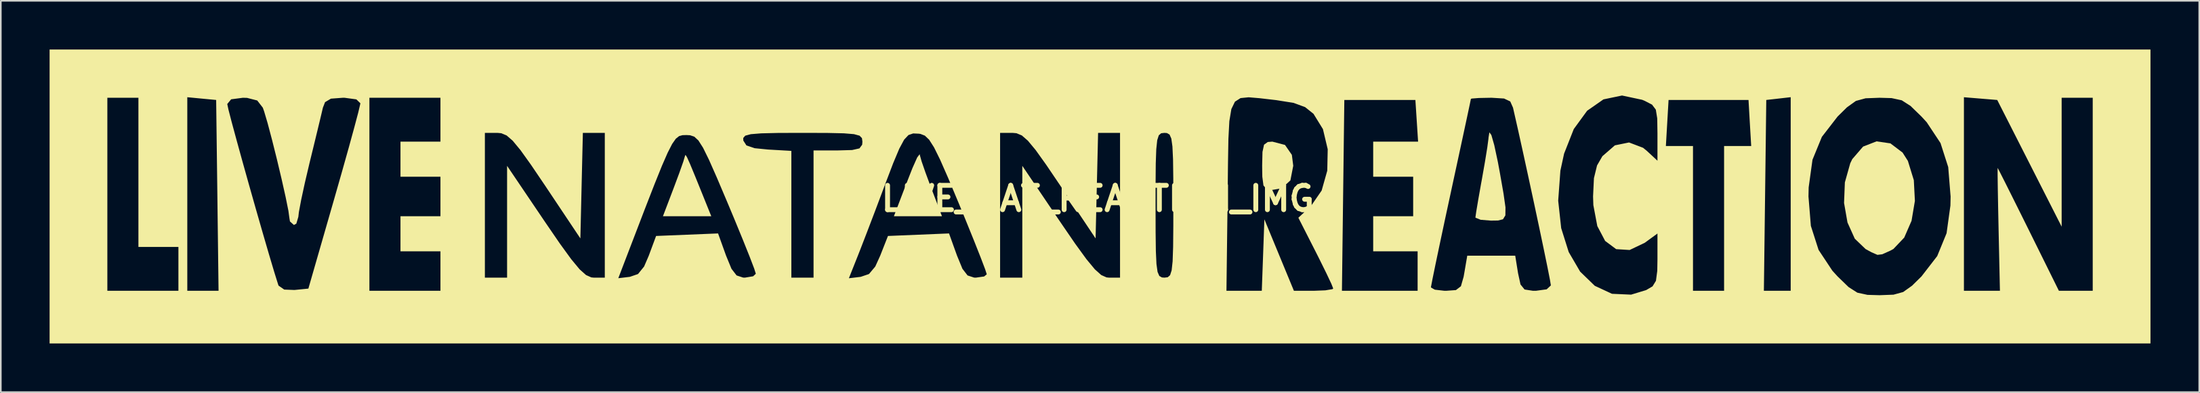
<source format=kicad_pcb>
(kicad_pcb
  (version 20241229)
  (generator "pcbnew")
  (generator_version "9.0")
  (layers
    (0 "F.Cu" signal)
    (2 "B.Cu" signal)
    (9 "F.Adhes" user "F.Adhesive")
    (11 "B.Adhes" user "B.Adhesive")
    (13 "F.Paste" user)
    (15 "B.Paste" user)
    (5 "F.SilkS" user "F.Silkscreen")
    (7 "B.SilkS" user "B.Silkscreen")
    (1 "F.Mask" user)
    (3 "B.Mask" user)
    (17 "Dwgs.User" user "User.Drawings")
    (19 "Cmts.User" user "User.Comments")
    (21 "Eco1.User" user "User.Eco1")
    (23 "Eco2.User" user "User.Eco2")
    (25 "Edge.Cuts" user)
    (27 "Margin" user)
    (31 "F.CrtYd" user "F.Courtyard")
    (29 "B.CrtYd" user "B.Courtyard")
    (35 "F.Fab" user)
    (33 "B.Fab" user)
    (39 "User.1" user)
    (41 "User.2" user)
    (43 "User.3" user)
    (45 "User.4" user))
  (footprint "LIVE_NAT_REACTION_IMG"
    (layer "F.Cu")
    (at 64.456 9.187)
    (property "Reference" "LIVE_NAT_REACTION_IMG" (at 0 0 0) (layer "F.SilkS") (effects (font (size 1.5 1.5) (thickness 0.3))))
    (attr board_only exclude_from_pos_files exclude_from_bom)
    (fp_poly (pts (xy -10.925 -2.618) (xy -10.835 -2.296) (xy -10.599 -1.614) (xy -10.268 -0.718) (xy -10.254 -0.682) (xy -9.584 1.081) (xy -11.061 1.081) (xy -12.539 1.081) (xy -11.845 -0.743) (xy -11.4 -1.88) (xy -11.108 -2.535) (xy -10.957 -2.739)) (stroke (width 0) (type solid)) (fill yes) (layer "F.SilkS"))
    (fp_poly (pts (xy -25.26 -2.551) (xy -25.07 -2.127) (xy -24.747 -1.345) (xy -24.34 -0.338) (xy -23.769 1.081) (xy -25.255 1.081) (xy -26.741 1.081) (xy -26.071 -0.682) (xy -25.734 -1.587) (xy -25.487 -2.288) (xy -25.383 -2.637) (xy -25.383 -2.641) (xy -25.352 -2.696)) (stroke (width 0) (type solid)) (fill yes) (layer "F.SilkS"))
    (fp_poly (pts (xy 11.51 -3.31) (xy 11.932 -2.699) (xy 12.017 -2.027) (xy 11.842 -1.127) (xy 11.314 -0.639) (xy 10.734 -0.54) (xy 10.373 -0.587) (xy 10.185 -0.815) (xy 10.115 -1.355) (xy 10.105 -2.027) (xy 10.125 -2.88) (xy 10.221 -3.324) (xy 10.45 -3.491) (xy 10.734 -3.513)) (stroke (width 0) (type solid)) (fill yes) (layer "F.SilkS"))
    (fp_poly (pts (xy 48.738 -3.406) (xy 49.486 -2.839) (xy 49.812 -2.326) (xy 50.177 -1.14) (xy 50.243 0.137) (xy 50.037 1.363) (xy 49.587 2.398) (xy 48.921 3.099) (xy 48.726 3.205) (xy 48.237 3.424) (xy 47.941 3.461) (xy 47.571 3.299) (xy 47.21 3.103) (xy 46.546 2.464) (xy 46.098 1.468) (xy 45.887 0.263) (xy 45.937 -1.003) (xy 46.268 -2.181) (xy 46.392 -2.436) (xy 47.057 -3.208) (xy 47.884 -3.53)) (stroke (width 0) (type solid)) (fill yes) (layer "F.SilkS"))
    (fp_poly (pts (xy 24.2 -3.919) (xy 24.378 -3.297) (xy 24.599 -2.262) (xy 24.723 -1.593) (xy 24.948 -0.309) (xy 25.067 0.534) (xy 25.061 1.029) (xy 24.914 1.269) (xy 24.609 1.345) (xy 24.171 1.351) (xy 23.541 1.3) (xy 23.228 1.175) (xy 23.22 1.148) (xy 23.269 0.804) (xy 23.392 0.069) (xy 23.566 -0.916) (xy 23.621 -1.216) (xy 23.807 -2.275) (xy 23.949 -3.154) (xy 24.021 -3.696) (xy 24.025 -3.76) (xy 24.078 -4.087)) (stroke (width 0) (type solid)) (fill yes) (layer "F.SilkS"))
    (fp_poly (pts (xy 64.729 -0.135) (xy 64.729 8.917) (xy 0.137 8.917) (xy -64.456 8.917) (xy -64.456 -0.135) (xy -64.456 -0.27) (xy -60.905 -0.27) (xy -60.905 5.674) (xy -58.72 5.674) (xy -56.535 5.674) (xy -56.535 4.323) (xy -56.535 2.972) (xy -57.765 2.972) (xy -58.994 2.972) (xy -58.994 -0.287) (xy -55.989 -0.287) (xy -55.989 5.674) (xy -55.028 5.674) (xy -54.067 5.674) (xy -54.14 -0.203) (xy -54.211 -5.827) (xy -53.531 -5.827) (xy -53.46 -5.493) (xy -53.264 -4.735) (xy -52.97 -3.647) (xy -52.606 -2.325) (xy -52.197 -0.863) (xy -51.77 0.645) (xy -51.352 2.102) (xy -50.97 3.415) (xy -50.651 4.488) (xy -50.421 5.227) (xy -50.379 5.354) (xy -50.027 5.599) (xy -49.401 5.624) (xy -48.544 5.539) (xy -46.951 0) (xy -46.874 -0.27) (xy -44.791 -0.27) (xy -44.791 5.674) (xy -42.606 5.674) (xy -40.422 5.674) (xy 7.91 5.674) (xy 8.997 5.674) (xy 10.083 5.674) (xy 10.163 3.473) (xy 10.242 1.271) (xy 11.15 3.473) (xy 12.058 5.674) (xy 13.267 5.674) (xy 15.011 5.674) (xy 17.338 5.674) (xy 19.665 5.674) (xy 19.665 5.469) (xy 20.484 5.469) (xy 20.724 5.606) (xy 21.312 5.673) (xy 21.416 5.674) (xy 22.02 5.63) (xy 22.327 5.394) (xy 22.493 4.813) (xy 22.532 4.594) (xy 22.717 3.513) (xy 24.192 3.513) (xy 25.667 3.513) (xy 25.841 4.594) (xy 25.992 5.286) (xy 26.243 5.595) (xy 26.753 5.673) (xy 26.937 5.674) (xy 27.6 5.584) (xy 27.858 5.344) (xy 27.858 5.337) (xy 27.803 5.001) (xy 27.652 4.231) (xy 27.424 3.121) (xy 27.14 1.764) (xy 26.819 0.254) (xy 26.791 0.124) (xy 28.309 0.124) (xy 28.493 1.814) (xy 28.956 3.288) (xy 29.658 4.492) (xy 30.559 5.367) (xy 31.617 5.859) (xy 32.793 5.911) (xy 33.717 5.631) (xy 34.111 5.4) (xy 34.32 5.058) (xy 34.401 4.448) (xy 34.413 3.732) (xy 34.413 2.146) (xy 33.631 2.718) (xy 32.702 3.161) (xy 31.875 3.109) (xy 31.196 2.603) (xy 30.713 1.685) (xy 30.471 0.398) (xy 30.453 -0.135) (xy 30.507 -1.263) (xy 30.698 -2.046) (xy 31.026 -2.615) (xy 31.796 -3.285) (xy 32.665 -3.462) (xy 33.529 -3.134) (xy 33.759 -2.946) (xy 34.413 -2.338) (xy 34.413 -3.243) (xy 34.931 -3.243) (xy 35.764 -3.243) (xy 36.598 -3.243) (xy 36.598 1.216) (xy 36.598 5.674) (xy 37.554 5.674) (xy 38.51 5.674) (xy 40.957 5.674) (xy 41.782 5.674) (xy 42.606 5.674) (xy 42.606 -0.135) (xy 43.699 -0.135) (xy 43.846 1.676) (xy 44.32 3.155) (xy 45.169 4.437) (xy 45.488 4.787) (xy 46.165 5.444) (xy 46.705 5.79) (xy 47.326 5.924) (xy 48.069 5.945) (xy 48.928 5.913) (xy 49.521 5.75) (xy 50.068 5.36) (xy 50.649 4.787) (xy 51.615 3.537) (xy 52.191 2.128) (xy 52.427 0.425) (xy 52.439 -0.135) (xy 52.426 -0.287) (xy 53.258 -0.287) (xy 53.258 5.674) (xy 54.365 5.674) (xy 55.472 5.674) (xy 55.389 1.891) (xy 55.361 0.532) (xy 55.341 -0.611) (xy 55.33 -1.441) (xy 55.329 -1.86) (xy 55.332 -1.892) (xy 55.454 -1.663) (xy 55.774 -1.03) (xy 56.251 -0.076) (xy 56.844 1.116) (xy 57.228 1.891) (xy 59.098 5.674) (xy 60.138 5.674) (xy 61.178 5.674) (xy 61.178 -0.27) (xy 61.178 -6.215) (xy 60.223 -6.215) (xy 59.267 -6.215) (xy 59.267 -2.245) (xy 59.267 1.724) (xy 57.287 -2.178) (xy 55.306 -6.08) (xy 54.282 -6.164) (xy 53.258 -6.248) (xy 53.258 -0.287) (xy 52.426 -0.287) (xy 52.292 -1.946) (xy 51.818 -3.426) (xy 50.969 -4.708) (xy 50.649 -5.057) (xy 49.973 -5.714) (xy 49.433 -6.06) (xy 48.811 -6.194) (xy 48.069 -6.215) (xy 47.21 -6.183) (xy 46.616 -6.021) (xy 46.069 -5.63) (xy 45.488 -5.057) (xy 44.523 -3.807) (xy 43.946 -2.398) (xy 43.711 -0.695) (xy 43.699 -0.135) (xy 42.606 -0.135) (xy 42.606 -0.288) (xy 42.606 -6.251) (xy 41.855 -6.165) (xy 41.104 -6.08) (xy 41.031 -0.203) (xy 40.957 5.674) (xy 38.51 5.674) (xy 38.51 1.216) (xy 38.51 -3.243) (xy 39.343 -3.243) (xy 40.177 -3.243) (xy 40.094 -4.661) (xy 40.012 -6.08) (xy 37.554 -6.08) (xy 35.096 -6.08) (xy 35.013 -4.661) (xy 34.931 -3.243) (xy 34.413 -3.243) (xy 34.413 -4.02) (xy 34.399 -4.945) (xy 34.312 -5.484) (xy 34.08 -5.792) (xy 33.634 -6.023) (xy 33.474 -6.09) (xy 32.235 -6.354) (xy 31.093 -6.116) (xy 30.089 -5.416) (xy 29.268 -4.289) (xy 28.671 -2.773) (xy 28.444 -1.725) (xy 28.309 0.124) (xy 26.791 0.124) (xy 26.481 -1.315) (xy 26.147 -2.85) (xy 25.836 -4.257) (xy 25.568 -5.441) (xy 25.53 -5.607) (xy 25.36 -5.99) (xy 24.979 -6.169) (xy 24.224 -6.215) (xy 24.166 -6.215) (xy 23.434 -6.201) (xy 22.996 -6.167) (xy 22.941 -6.147) (xy 22.886 -5.875) (xy 22.733 -5.153) (xy 22.498 -4.056) (xy 22.199 -2.665) (xy 21.851 -1.055) (xy 21.712 -0.408) (xy 21.349 1.275) (xy 21.03 2.778) (xy 20.769 4.022) (xy 20.584 4.927) (xy 20.491 5.412) (xy 20.484 5.469) (xy 19.665 5.469) (xy 19.665 4.459) (xy 19.665 3.243) (xy 18.299 3.243) (xy 16.933 3.243) (xy 16.933 2.162) (xy 16.933 1.081) (xy 18.162 1.081) (xy 19.391 1.081) (xy 19.391 -0.135) (xy 19.391 -1.351) (xy 18.162 -1.351) (xy 16.933 -1.351) (xy 16.933 -2.432) (xy 16.933 -3.513) (xy 18.314 -3.513) (xy 19.694 -3.513) (xy 19.611 -4.796) (xy 19.528 -6.08) (xy 17.343 -6.08) (xy 15.158 -6.08) (xy 15.084 -0.203) (xy 15.011 5.674) (xy 13.267 5.674) (xy 13.993 5.646) (xy 14.424 5.574) (xy 14.475 5.533) (xy 14.361 5.244) (xy 14.054 4.593) (xy 13.612 3.697) (xy 13.404 3.284) (xy 12.332 1.175) (xy 13.107 0.452) (xy 13.764 -0.501) (xy 14.109 -1.724) (xy 14.137 -3.044) (xy 13.843 -4.283) (xy 13.262 -5.227) (xy 12.747 -5.639) (xy 12.039 -5.9) (xy 10.97 -6.07) (xy 10.864 -6.082) (xy 9.962 -6.187) (xy 9.276 -6.245) (xy 8.776 -6.195) (xy 8.432 -5.974) (xy 8.212 -5.521) (xy 8.088 -4.774) (xy 8.029 -3.671) (xy 8.004 -2.151) (xy 7.983 -0.199) (xy 7.91 5.674) (xy -40.422 5.674) (xy -40.422 4.901) (xy -15.307 4.901) (xy -14.583 4.815) (xy -14.072 4.642) (xy -13.685 4.18) (xy -13.382 3.513) (xy -12.904 2.297) (xy -11.026 2.219) (xy -9.149 2.141) (xy -8.66 3.502) (xy -8.325 4.318) (xy -8.009 4.729) (xy -7.609 4.86) (xy -7.5 4.864) (xy -6.991 4.792) (xy -6.828 4.658) (xy -6.927 4.351) (xy -7.2 3.632) (xy -7.613 2.587) (xy -8.132 1.305) (xy -8.502 0.405) (xy -6.009 0.405) (xy -6.009 4.864) (xy -5.326 4.864) (xy -4.643 4.864) (xy -4.643 1.42) (xy -4.643 -2.023) (xy -2.318 1.42) (xy -1.392 2.773) (xy -0.698 3.729) (xy -0.182 4.352) (xy 0.211 4.704) (xy 0.537 4.849) (xy 0.686 4.864) (xy 1.366 4.864) (xy 1.366 0.405) (xy 3.551 0.405) (xy 3.554 2.051) (xy 3.569 3.232) (xy 3.606 4.026) (xy 3.674 4.51) (xy 3.782 4.76) (xy 3.941 4.852) (xy 4.097 4.864) (xy 4.298 4.839) (xy 4.443 4.714) (xy 4.54 4.412) (xy 4.6 3.857) (xy 4.63 2.971) (xy 4.642 1.679) (xy 4.643 0.405) (xy 4.64 -1.24) (xy 4.625 -2.422) (xy 4.588 -3.216) (xy 4.52 -3.7) (xy 4.411 -3.949) (xy 4.253 -4.041) (xy 4.097 -4.053) (xy 3.895 -4.029) (xy 3.75 -3.904) (xy 3.653 -3.602) (xy 3.594 -3.046) (xy 3.563 -2.161) (xy 3.552 -0.868) (xy 3.551 0.405) (xy 1.366 0.405) (xy 1.366 -4.053) (xy 0.691 -4.053) (xy 0.017 -4.053) (xy -0.06 -0.803) (xy -0.137 2.448) (xy -2.306 -0.803) (xy -3.178 -2.093) (xy -3.821 -2.993) (xy -4.299 -3.57) (xy -4.671 -3.894) (xy -4.999 -4.031) (xy -5.242 -4.053) (xy -6.009 -4.053) (xy -6.009 0.405) (xy -8.502 0.405) (xy -8.559 0.267) (xy -9.207 -1.284) (xy -9.698 -2.403) (xy -10.072 -3.161) (xy -10.371 -3.63) (xy -10.634 -3.882) (xy -10.903 -3.987) (xy -10.999 -4.002) (xy -11.354 -4.018) (xy -11.642 -3.92) (xy -11.91 -3.634) (xy -12.207 -3.082) (xy -12.581 -2.191) (xy -13.079 -0.885) (xy -13.223 -0.5) (xy -13.705 0.783) (xy -14.192 2.06) (xy -14.603 3.125) (xy -14.736 3.464) (xy -15.307 4.901) (xy -40.422 4.901) (xy -40.422 4.899) (xy -29.486 4.899) (xy -28.775 4.814) (xy -28.274 4.642) (xy -27.9 4.179) (xy -27.613 3.513) (xy -27.162 2.297) (xy -25.256 2.219) (xy -23.351 2.141) (xy -22.862 3.502) (xy -22.527 4.318) (xy -22.211 4.729) (xy -21.811 4.86) (xy -21.702 4.864) (xy -21.194 4.78) (xy -21.03 4.624) (xy -21.13 4.305) (xy -21.408 3.577) (xy -21.828 2.527) (xy -22.355 1.243) (xy -22.777 0.233) (xy -23.425 -1.296) (xy -23.91 -2.395) (xy -24.274 -3.135) (xy -24.561 -3.586) (xy -24.725 -3.738) (xy -21.803 -3.738) (xy -21.799 -3.58) (xy -21.607 -3.28) (xy -21.099 -3.108) (xy -20.276 -3.026) (xy -18.845 -2.944) (xy -18.845 0.96) (xy -18.845 4.864) (xy -18.162 4.864) (xy -17.48 4.864) (xy -17.48 0.946) (xy -17.48 -2.972) (xy -15.977 -2.972) (xy -15.109 -2.996) (xy -14.657 -3.097) (xy -14.491 -3.323) (xy -14.475 -3.513) (xy -14.504 -3.729) (xy -14.648 -3.879) (xy -14.993 -3.974) (xy -15.622 -4.026) (xy -16.623 -4.048) (xy -18.079 -4.053) (xy -18.182 -4.053) (xy -19.671 -4.048) (xy -20.696 -4.024) (xy -21.338 -3.972) (xy -21.68 -3.88) (xy -21.803 -3.738) (xy -24.725 -3.738) (xy -24.813 -3.82) (xy -25.074 -3.907) (xy -25.296 -3.918) (xy -25.537 -3.911) (xy -25.745 -3.855) (xy -25.949 -3.693) (xy -26.174 -3.371) (xy -26.449 -2.834) (xy -26.801 -2.028) (xy -27.257 -0.896) (xy -27.845 0.615) (xy -28.591 2.562) (xy -28.833 3.192) (xy -29.486 4.899) (xy -40.422 4.899) (xy -40.422 4.459) (xy -40.422 3.243) (xy -41.651 3.243) (xy -42.88 3.243) (xy -42.88 2.162) (xy -42.88 1.081) (xy -41.651 1.081) (xy -40.422 1.081) (xy -40.422 0.405) (xy -37.69 0.405) (xy -37.69 4.864) (xy -37.008 4.864) (xy -36.325 4.864) (xy -36.325 1.42) (xy -36.325 -2.023) (xy -34 1.42) (xy -33.074 2.773) (xy -32.38 3.729) (xy -31.864 4.352) (xy -31.47 4.704) (xy -31.145 4.849) (xy -30.996 4.864) (xy -30.316 4.864) (xy -30.316 0.405) (xy -30.316 -4.053) (xy -30.991 -4.053) (xy -31.665 -4.053) (xy -31.742 -0.803) (xy -31.818 2.448) (xy -33.987 -0.803) (xy -34.859 -2.093) (xy -35.503 -2.993) (xy -35.98 -3.57) (xy -36.353 -3.894) (xy -36.681 -4.031) (xy -36.923 -4.053) (xy -37.69 -4.053) (xy -37.69 0.405) (xy -40.422 0.405) (xy -40.422 -0.135) (xy -40.422 -1.351) (xy -41.651 -1.351) (xy -42.88 -1.351) (xy -42.88 -2.432) (xy -42.88 -3.513) (xy -41.651 -3.513) (xy -40.422 -3.513) (xy -40.422 -4.864) (xy -40.422 -6.215) (xy -42.606 -6.215) (xy -44.791 -6.215) (xy -44.791 -0.27) (xy -46.874 -0.27) (xy -46.478 -1.659) (xy -46.059 -3.151) (xy -45.718 -4.396) (xy -45.476 -5.311) (xy -45.357 -5.815) (xy -45.347 -5.877) (xy -45.594 -6.117) (xy -46.313 -6.214) (xy -46.425 -6.215) (xy -47.157 -6.161) (xy -47.518 -5.945) (xy -47.65 -5.607) (xy -47.77 -5.097) (xy -47.985 -4.203) (xy -48.261 -3.065) (xy -48.475 -2.189) (xy -48.759 -0.98) (xy -48.986 0.071) (xy -49.128 0.829) (xy -49.161 1.121) (xy -49.284 1.538) (xy -49.434 1.621) (xy -49.676 1.402) (xy -49.708 1.212) (xy -49.772 0.744) (xy -49.944 -0.109) (xy -50.191 -1.212) (xy -50.479 -2.427) (xy -50.777 -3.619) (xy -51.05 -4.651) (xy -51.267 -5.385) (xy -51.347 -5.607) (xy -51.689 -6.048) (xy -52.313 -6.208) (xy -52.569 -6.215) (xy -53.293 -6.121) (xy -53.531 -5.831) (xy -53.531 -5.827) (xy -54.211 -5.827) (xy -54.214 -6.08) (xy -55.102 -6.164) (xy -55.989 -6.249) (xy -55.989 -0.287) (xy -58.994 -0.287) (xy -58.994 -1.621) (xy -58.994 -6.215) (xy -59.949 -6.215) (xy -60.905 -6.215) (xy -60.905 -0.27) (xy -64.456 -0.27) (xy -64.456 -9.187) (xy 0.137 -9.187) (xy 64.729 -9.187)) (stroke (width 0) (type solid)) (fill yes) (layer "F.SilkS")))
  (gr_rect
    (start -3 -3)
    (end 132.185 21.104)
    (stroke (width 0.1) (type default))
    (fill no)
    (layer "Edge.Cuts")))
</source>
